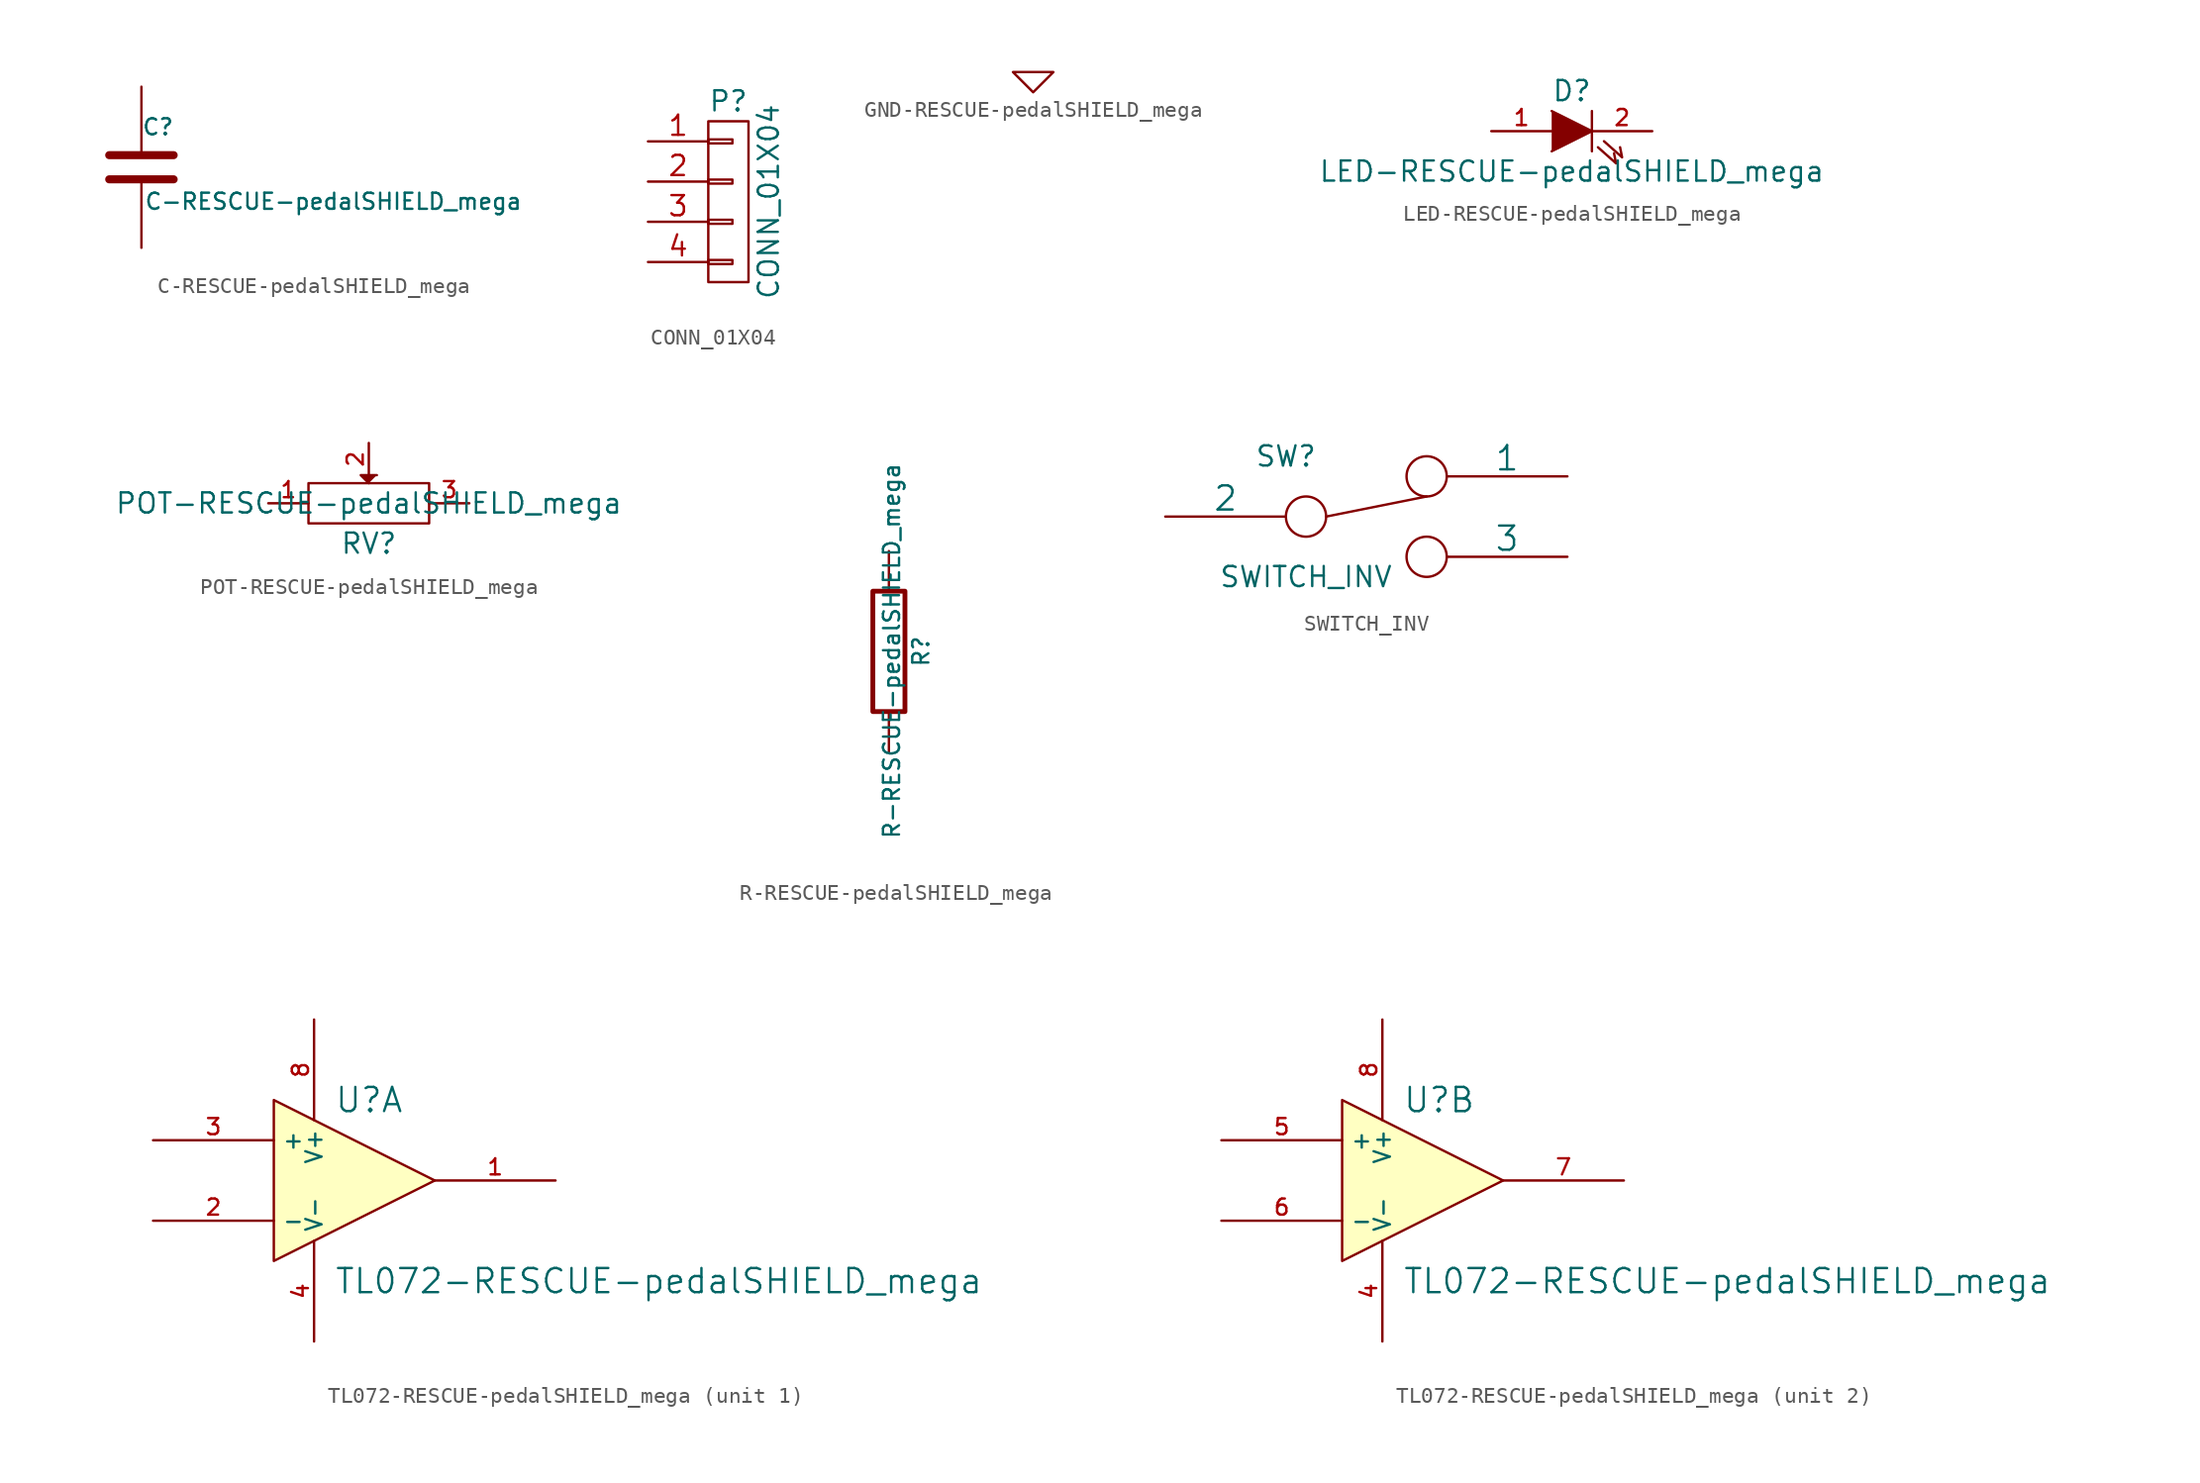
<source format=kicad_sym>
(kicad_symbol_lib
  (version 20211014)
  (generator kicad_symbol_editor)
  (symbol "C-RESCUE-pedalSHIELD_mega"
    (pin_numbers hide)
    (pin_names
      (offset 0.254))
    (property "Reference" "C"
      (at 0 2.54 0)
      (effects (font (size 1.016 1.016)) (justify left)))
    (property "Value" "C-RESCUE-pedalSHIELD_mega"
      (at 0.152 -2.159 0)
      (effects (font (size 1.016 1.016)) (justify left)))
    (property "Footprint" ""
      (at 0.965 -3.81 0)
      (effects (font (size 0.762 0.762))))
    (property "Datasheet" ""
      (at 0 0 0)
      (effects (font (size 1.524 1.524))))
    (symbol "C-RESCUE-pedalSHIELD_mega_0_1"
      (polyline (pts (xy -2.032 -0.762) (xy 2.032 -0.762)) (stroke (width 0.508) (type default) (color 0 0 0 0)) (fill (type none)))
      (polyline (pts (xy -2.032 0.762) (xy 2.032 0.762)) (stroke (width 0.508) (type default) (color 0 0 0 0)) (fill (type none))))
    (symbol "C-RESCUE-pedalSHIELD_mega_1_1"
      (pin passive line (at 0 5.08 270) (length 4.318) (name "~" (effects (font (size 1.016 1.016)))) (number "1" (effects (font (size 1.016 1.016)))))
      (pin passive line (at 0 -5.08 90) (length 4.318) (name "~" (effects (font (size 1.016 1.016)))) (number "2" (effects (font (size 1.016 1.016)))))))
  (symbol "CONN_01X04"
    (pin_names
      (offset 1.016) hide)
    (property "Reference" "P"
      (at 0 6.35 0)
      (effects (font (size 1.27 1.27))))
    (property "Value" "CONN_01X04"
      (at 2.54 0 90)
      (effects (font (size 1.27 1.27))))
    (property "Footprint" ""
      (at 0 0 0)
      (effects (font (size 1.524 1.524))))
    (property "Datasheet" ""
      (at 0 0 0)
      (effects (font (size 1.524 1.524))))
    (symbol "CONN_01X04_0_1"
      (rectangle (start -1.27 -3.683) (end 0.254 -3.937) (stroke (width 0) (type default) (color 0 0 0 0)) (fill (type none)))
      (rectangle (start -1.27 -1.143) (end 0.254 -1.397) (stroke (width 0) (type default) (color 0 0 0 0)) (fill (type none)))
      (rectangle (start -1.27 1.397) (end 0.254 1.143) (stroke (width 0) (type default) (color 0 0 0 0)) (fill (type none)))
      (rectangle (start -1.27 3.937) (end 0.254 3.683) (stroke (width 0) (type default) (color 0 0 0 0)) (fill (type none)))
      (rectangle (start -1.27 5.08) (end 1.27 -5.08) (stroke (width 0) (type default) (color 0 0 0 0)) (fill (type none))))
    (symbol "CONN_01X04_1_1"
      (pin passive line (at -5.08 3.81 0) (length 3.81) (name "P1" (effects (font (size 1.27 1.27)))) (number "1" (effects (font (size 1.27 1.27)))))
      (pin passive line (at -5.08 1.27 0) (length 3.81) (name "P2" (effects (font (size 1.27 1.27)))) (number "2" (effects (font (size 1.27 1.27)))))
      (pin passive line (at -5.08 -1.27 0) (length 3.81) (name "P3" (effects (font (size 1.27 1.27)))) (number "3" (effects (font (size 1.27 1.27)))))
      (pin passive line (at -5.08 -3.81 0) (length 3.81) (name "P4" (effects (font (size 1.27 1.27)))) (number "4" (effects (font (size 1.27 1.27)))))))
  (symbol "GND-RESCUE-pedalSHIELD_mega"
    (power)
    (pin_names
      (offset 0))
    (property "Reference" "#PWR"
      (at 0 0 0)
      (effects (font (size 0.762 0.762)) hide))
    (symbol "GND-RESCUE-pedalSHIELD_mega_0_1"
      (polyline (pts (xy -1.27 0) (xy 0 -1.27) (xy 1.27 0) (xy -1.27 0)) (stroke (width 0) (type default) (color 0 0 0 0)) (fill (type none))))
    (symbol "GND-RESCUE-pedalSHIELD_mega_1_1"
      (pin power_in line (at 0 0 90) (length 0) hide (name "GND" (effects (font (size 0.762 0.762)))) (number "1" (effects (font (size 0.762 0.762)))))))
  (symbol "LED-RESCUE-pedalSHIELD_mega"
    (pin_names
      (offset 1.016) hide)
    (property "Reference" "D"
      (at 0 2.54 0)
      (effects (font (size 1.27 1.27))))
    (property "Value" "LED-RESCUE-pedalSHIELD_mega"
      (at 0 -2.54 0)
      (effects (font (size 1.27 1.27))))
    (property "Footprint" ""
      (at 0 0 0)
      (effects (font (size 1.524 1.524))))
    (property "Datasheet" ""
      (at 0 0 0)
      (effects (font (size 1.524 1.524))))
    (symbol "LED-RESCUE-pedalSHIELD_mega_0_1"
      (polyline (pts (xy 1.27 1.27) (xy 1.27 -1.27)) (stroke (width 0) (type default) (color 0 0 0 0)) (fill (type none)))
      (polyline (pts (xy -1.27 1.27) (xy 1.27 0) (xy -1.27 -1.27)) (stroke (width 0) (type default) (color 0 0 0 0)) (fill (type outline)))
      (polyline (pts (xy 1.651 -1.016) (xy 2.794 -2.032) (xy 2.667 -1.397)) (stroke (width 0) (type default) (color 0 0 0 0)) (fill (type none)))
      (polyline (pts (xy 2.032 -0.635) (xy 3.175 -1.651) (xy 3.048 -1.016)) (stroke (width 0) (type default) (color 0 0 0 0)) (fill (type none))))
    (symbol "LED-RESCUE-pedalSHIELD_mega_1_1"
      (pin passive line (at -5.08 0 0) (length 3.81) (name "A" (effects (font (size 1.016 1.016)))) (number "1" (effects (font (size 1.016 1.016)))))
      (pin passive line (at 5.08 0 180) (length 3.81) (name "K" (effects (font (size 1.016 1.016)))) (number "2" (effects (font (size 1.016 1.016)))))))
  (symbol "POT-RESCUE-pedalSHIELD_mega"
    (pin_names
      (offset 1.016) hide)
    (property "Reference" "RV"
      (at 0 -2.54 0)
      (effects (font (size 1.27 1.27))))
    (property "Value" "POT-RESCUE-pedalSHIELD_mega"
      (at 0 0 0)
      (effects (font (size 1.27 1.27))))
    (property "Footprint" ""
      (at 0 0 0)
      (effects (font (size 1.524 1.524))))
    (property "Datasheet" ""
      (at 0 0 0)
      (effects (font (size 1.524 1.524))))
    (symbol "POT-RESCUE-pedalSHIELD_mega_0_1"
      (rectangle (start -3.81 1.27) (end 3.81 -1.27) (stroke (width 0) (type default) (color 0 0 0 0)) (fill (type none)))
      (polyline (pts (xy 0 1.27) (xy -0.508 1.778) (xy 0.508 1.778)) (stroke (width 0) (type default) (color 0 0 0 0)) (fill (type outline))))
    (symbol "POT-RESCUE-pedalSHIELD_mega_1_1"
      (pin passive line (at -6.35 0 0) (length 2.54) (name "1" (effects (font (size 1.016 1.016)))) (number "1" (effects (font (size 1.016 1.016)))))
      (pin passive line (at 0 3.81 270) (length 2.032) (name "2" (effects (font (size 1.016 1.016)))) (number "2" (effects (font (size 1.016 1.016)))))
      (pin passive line (at 6.35 0 180) (length 2.54) (name "3" (effects (font (size 1.016 1.016)))) (number "3" (effects (font (size 1.016 1.016)))))))
  (symbol "R-RESCUE-pedalSHIELD_mega"
    (pin_numbers hide)
    (pin_names
      (offset 0))
    (property "Reference" "R"
      (at 2.032 0 90)
      (effects (font (size 1.016 1.016))))
    (property "Value" "R-RESCUE-pedalSHIELD_mega"
      (at 0.178 0.025 90)
      (effects (font (size 1.016 1.016))))
    (property "Footprint" ""
      (at -1.778 0 90)
      (effects (font (size 0.762 0.762))))
    (property "Datasheet" ""
      (at 0 0 0)
      (effects (font (size 0.762 0.762))))
    (symbol "R-RESCUE-pedalSHIELD_mega_0_1"
      (rectangle (start -1.016 3.81) (end 1.016 -3.81) (stroke (width 0.305) (type default) (color 0 0 0 0)) (fill (type none))))
    (symbol "R-RESCUE-pedalSHIELD_mega_1_1"
      (pin passive line (at 0 6.35 270) (length 2.54) (name "~" (effects (font (size 1.524 1.524)))) (number "1" (effects (font (size 1.524 1.524)))))
      (pin passive line (at 0 -6.35 90) (length 2.54) (name "~" (effects (font (size 1.524 1.524)))) (number "2" (effects (font (size 1.524 1.524)))))))
  (symbol "SWITCH_INV"
    (pin_numbers hide)
    (pin_names
      (offset 0))
    (property "Reference" "SW"
      (at -5.08 3.81 0)
      (effects (font (size 1.27 1.27))))
    (property "Value" "SWITCH_INV"
      (at -3.81 -3.81 0)
      (effects (font (size 1.27 1.27))))
    (property "Footprint" ""
      (at 0 0 0)
      (effects (font (size 1.524 1.524))))
    (property "Datasheet" ""
      (at 0 0 0)
      (effects (font (size 1.524 1.524))))
    (symbol "SWITCH_INV_0_0"
      (circle (center -3.81 0) (radius 1.27) (stroke (width 0) (type default) (color 0 0 0 0)) (fill (type none)))
      (circle (center 3.81 -2.54) (radius 1.27) (stroke (width 0) (type default) (color 0 0 0 0)) (fill (type none))))
    (symbol "SWITCH_INV_0_1"
      (polyline (pts (xy -2.54 0) (xy 3.81 1.27)) (stroke (width 0) (type default) (color 0 0 0 0)) (fill (type none)))
      (circle (center 3.81 2.54) (radius 1.27) (stroke (width 0) (type default) (color 0 0 0 0)) (fill (type none))))
    (symbol "SWITCH_INV_1_1"
      (pin passive line (at 12.7 2.54 180) (length 7.62) (name "1" (effects (font (size 1.524 1.524)))) (number "1" (effects (font (size 1.524 1.524)))))
      (pin passive line (at -12.7 0 0) (length 7.62) (name "2" (effects (font (size 1.524 1.524)))) (number "2" (effects (font (size 1.524 1.524)))))
      (pin passive line (at 12.7 -2.54 180) (length 7.62) (name "3" (effects (font (size 1.524 1.524)))) (number "3" (effects (font (size 1.524 1.524)))))))
  (symbol "TL072-RESCUE-pedalSHIELD_mega"
    (property "Reference" "U"
      (at -1.27 5.08 0)
      (effects (font (size 1.524 1.524)) (justify left)))
    (property "Value" "TL072-RESCUE-pedalSHIELD_mega"
      (at -1.27 -6.35 0)
      (effects (font (size 1.524 1.524)) (justify left)))
    (property "Footprint" ""
      (at 0 0 0)
      (effects (font (size 1.524 1.524))))
    (property "Datasheet" ""
      (at 0 0 0)
      (effects (font (size 1.524 1.524))))
    (symbol "TL072-RESCUE-pedalSHIELD_mega_0_1"
      (polyline (pts (xy -5.08 5.08) (xy 5.08 0) (xy -5.08 -5.08) (xy -5.08 5.08)) (stroke (width 0.152) (type default) (color 0 0 0 0)) (fill (type background)))
      (pin power_in line (at -2.54 -10.16 90) (length 6.35) (name "V-" (effects (font (size 1.016 1.016)))) (number "4" (effects (font (size 1.016 1.016)))))
      (pin power_in line (at -2.54 10.16 270) (length 6.35) (name "V+" (effects (font (size 1.016 1.016)))) (number "8" (effects (font (size 1.016 1.016))))))
    (symbol "TL072-RESCUE-pedalSHIELD_mega_1_1"
      (pin output line (at 12.7 0 180) (length 7.62) (name "~" (effects (font (size 1.016 1.016)))) (number "1" (effects (font (size 1.016 1.016)))))
      (pin input line (at -12.7 -2.54 0) (length 7.62) (name "-" (effects (font (size 1.016 1.016)))) (number "2" (effects (font (size 1.016 1.016)))))
      (pin input line (at -12.7 2.54 0) (length 7.62) (name "+" (effects (font (size 1.016 1.016)))) (number "3" (effects (font (size 1.016 1.016))))))
    (symbol "TL072-RESCUE-pedalSHIELD_mega_2_1"
      (pin input line (at -12.7 2.54 0) (length 7.62) (name "+" (effects (font (size 1.016 1.016)))) (number "5" (effects (font (size 1.016 1.016)))))
      (pin input line (at -12.7 -2.54 0) (length 7.62) (name "-" (effects (font (size 1.016 1.016)))) (number "6" (effects (font (size 1.016 1.016)))))
      (pin output line (at 12.7 0 180) (length 7.62) (name "~" (effects (font (size 1.016 1.016)))) (number "7" (effects (font (size 1.016 1.016))))))))
</source>
